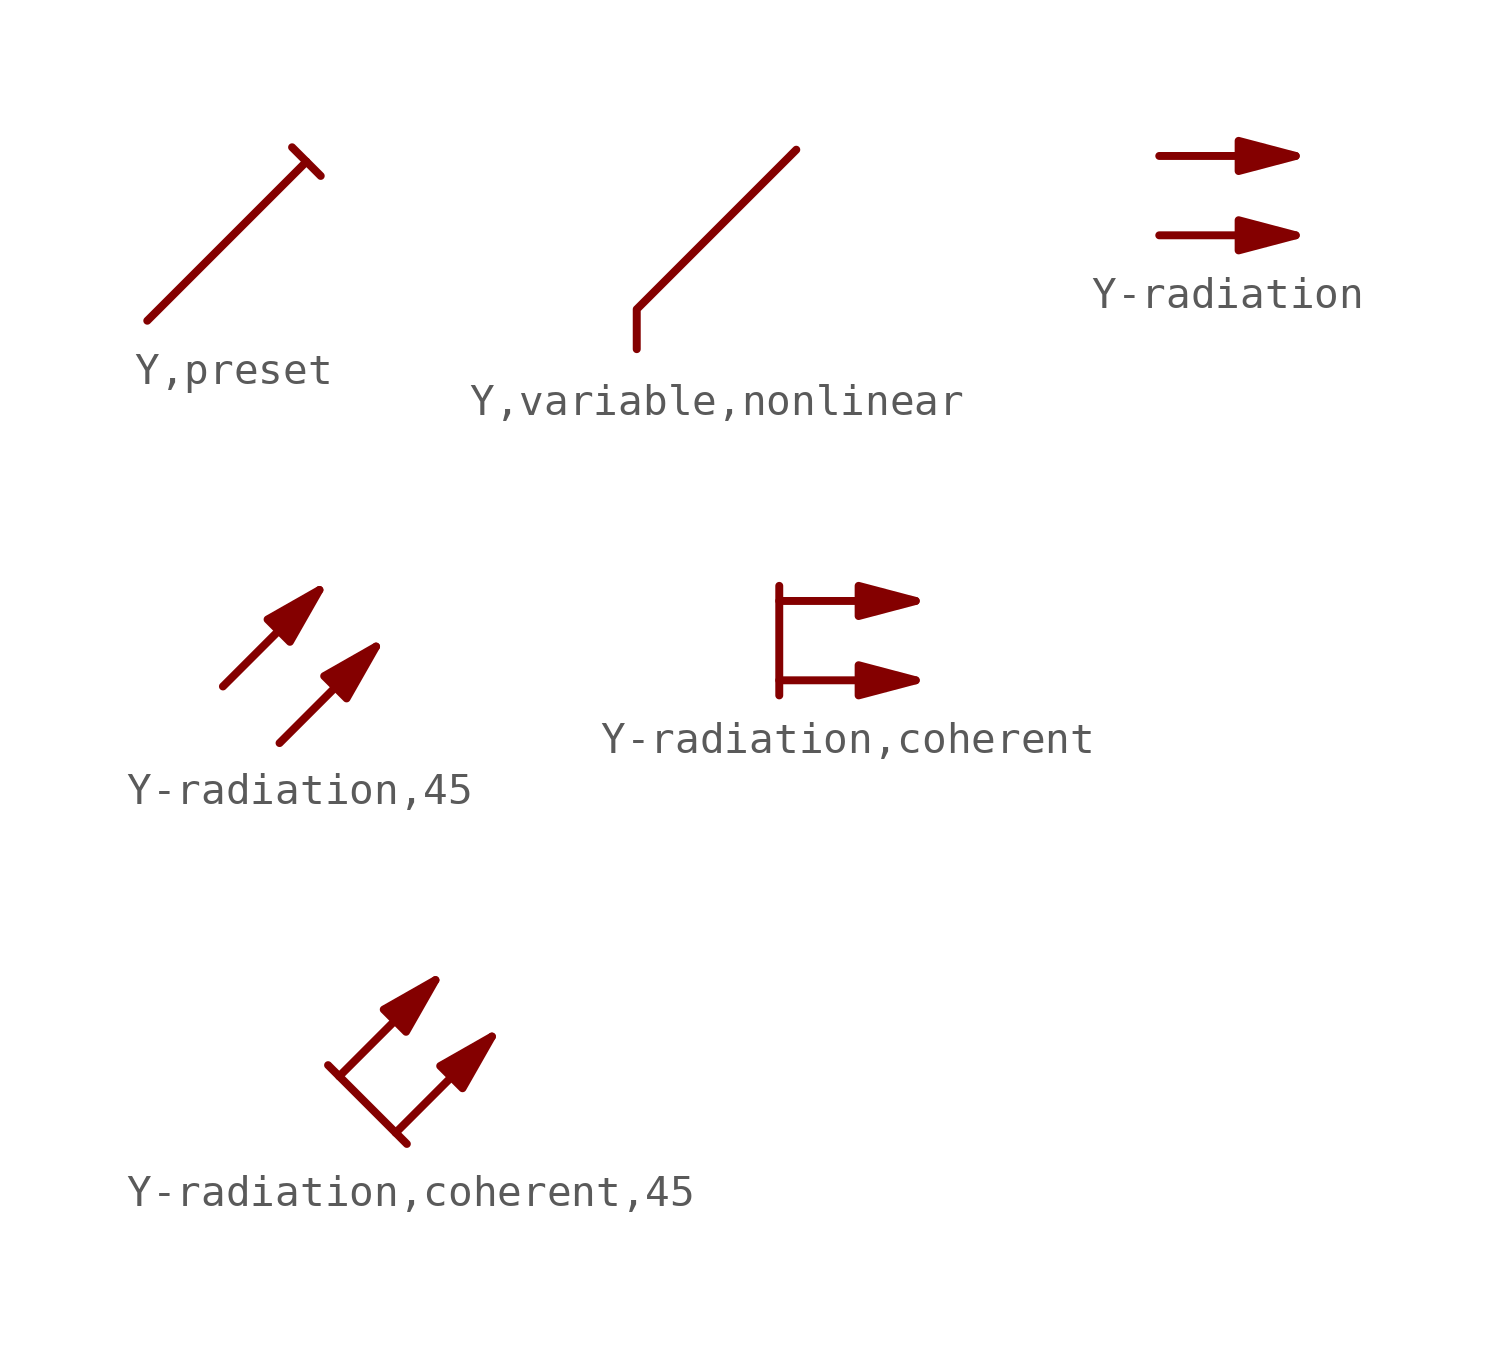
<source format=kicad_sym>
(kicad_symbol_lib
  (version 20211014)
  (generator kicad_symbol_editor)
  (symbol "Y,preset"
    (pin_numbers hide)
    (pin_names
      (offset 0) hide)
    (property "Reference" "#SYM"
      (at 0 0 0)
      (effects (font (size 0 0)) hide))
    (symbol "Y,preset_1_1"
      (polyline (pts (xy -2.54 -2.54) (xy 2.54 2.54)) (stroke (width 0.254) (type default) (color 0 0 0 0)) (fill (type none)))
      (polyline (pts (xy 2.083 2.997) (xy 2.997 2.083)) (stroke (width 0.254) (type default) (color 0 0 0 0)) (fill (type none)))))
  (symbol "Y,variable,nonlinear"
    (pin_numbers hide)
    (pin_names
      (offset 0) hide)
    (property "Reference" "#SYM"
      (at 0 0 0)
      (effects (font (size 0 0)) hide))
    (symbol "Y,variable,nonlinear_1_1"
      (polyline (pts (xy -2.54 -3.81) (xy -2.54 -2.54) (xy 2.54 2.54)) (stroke (width 0.254) (type default) (color 0 0 0 0)) (fill (type none)))))
  (symbol "Y-radiation"
    (pin_numbers hide)
    (pin_names
      (offset 0) hide)
    (property "Reference" "#SYM"
      (at 0 0 0)
      (effects (font (size 0 0)) hide))
    (symbol "Y-radiation_1_1"
      (polyline (pts (xy -2.184 -1.27) (xy 2.184 -1.27)) (stroke (width 0.254) (type default) (color 0 0 0 0)) (fill (type none)))
      (polyline (pts (xy -2.184 1.27) (xy 2.184 1.27)) (stroke (width 0.254) (type default) (color 0 0 0 0)) (fill (type none)))
      (polyline (pts (xy 2.184 -1.27) (xy 0.356 -1.753) (xy 0.356 -0.787) (xy 2.184 -1.27)) (stroke (width 0.254) (type default) (color 0 0 0 0)) (fill (type outline)))
      (polyline (pts (xy 2.184 1.27) (xy 0.356 1.753) (xy 0.356 0.787) (xy 2.184 1.27)) (stroke (width 0.254) (type default) (color 0 0 0 0)) (fill (type outline)))))
  (symbol "Y-radiation,45"
    (pin_numbers hide)
    (pin_names
      (offset 0) hide)
    (property "Reference" "#SYM"
      (at 0 0 0)
      (effects (font (size 0 0)) hide))
    (symbol "Y-radiation,45_1_1"
      (polyline (pts (xy -2.438 -0.635) (xy 0.635 2.438)) (stroke (width 0.254) (type default) (color 0 0 0 0)) (fill (type none)))
      (polyline (pts (xy -0.635 -2.438) (xy 2.438 0.635)) (stroke (width 0.254) (type default) (color 0 0 0 0)) (fill (type none)))
      (polyline (pts (xy 0.635 2.438) (xy -1.016 1.499) (xy -0.305 0.787) (xy 0.635 2.438)) (stroke (width 0.254) (type default) (color 0 0 0 0)) (fill (type outline)))
      (polyline (pts (xy 2.438 0.635) (xy 0.787 -0.305) (xy 1.499 -1.016) (xy 2.438 0.635)) (stroke (width 0.254) (type default) (color 0 0 0 0)) (fill (type outline)))))
  (symbol "Y-radiation,coherent"
    (pin_numbers hide)
    (pin_names
      (offset 0) hide)
    (property "Reference" "#SYM"
      (at 0 0 0)
      (effects (font (size 0 0)) hide))
    (symbol "Y-radiation,coherent_1_1"
      (polyline (pts (xy -2.184 -1.27) (xy 2.184 -1.27)) (stroke (width 0.254) (type default) (color 0 0 0 0)) (fill (type none)))
      (polyline (pts (xy -2.184 1.27) (xy 2.184 1.27)) (stroke (width 0.254) (type default) (color 0 0 0 0)) (fill (type none)))
      (polyline (pts (xy -2.184 1.753) (xy -2.184 -1.753)) (stroke (width 0.254) (type default) (color 0 0 0 0)) (fill (type none)))
      (polyline (pts (xy 2.184 -1.27) (xy 0.356 -1.753) (xy 0.356 -0.787) (xy 2.184 -1.27)) (stroke (width 0.254) (type default) (color 0 0 0 0)) (fill (type outline)))
      (polyline (pts (xy 2.184 1.27) (xy 0.356 1.753) (xy 0.356 0.787) (xy 2.184 1.27)) (stroke (width 0.254) (type default) (color 0 0 0 0)) (fill (type outline)))))
  (symbol "Y-radiation,coherent,45"
    (pin_numbers hide)
    (pin_names
      (offset 0) hide)
    (property "Reference" "#SYM"
      (at 0 0 0)
      (effects (font (size 0 0)) hide))
    (symbol "Y-radiation,coherent,45_1_1"
      (polyline (pts (xy -2.794 -0.279) (xy -0.279 -2.794)) (stroke (width 0.254) (type default) (color 0 0 0 0)) (fill (type none)))
      (polyline (pts (xy -2.438 -0.635) (xy 0.635 2.438)) (stroke (width 0.254) (type default) (color 0 0 0 0)) (fill (type none)))
      (polyline (pts (xy -0.635 -2.438) (xy 2.438 0.635)) (stroke (width 0.254) (type default) (color 0 0 0 0)) (fill (type none)))
      (polyline (pts (xy 0.635 2.438) (xy -1.016 1.499) (xy -0.305 0.787) (xy 0.635 2.438)) (stroke (width 0.254) (type default) (color 0 0 0 0)) (fill (type outline)))
      (polyline (pts (xy 2.438 0.635) (xy 0.787 -0.305) (xy 1.499 -1.016) (xy 2.438 0.635)) (stroke (width 0.254) (type default) (color 0 0 0 0)) (fill (type outline))))))
</source>
